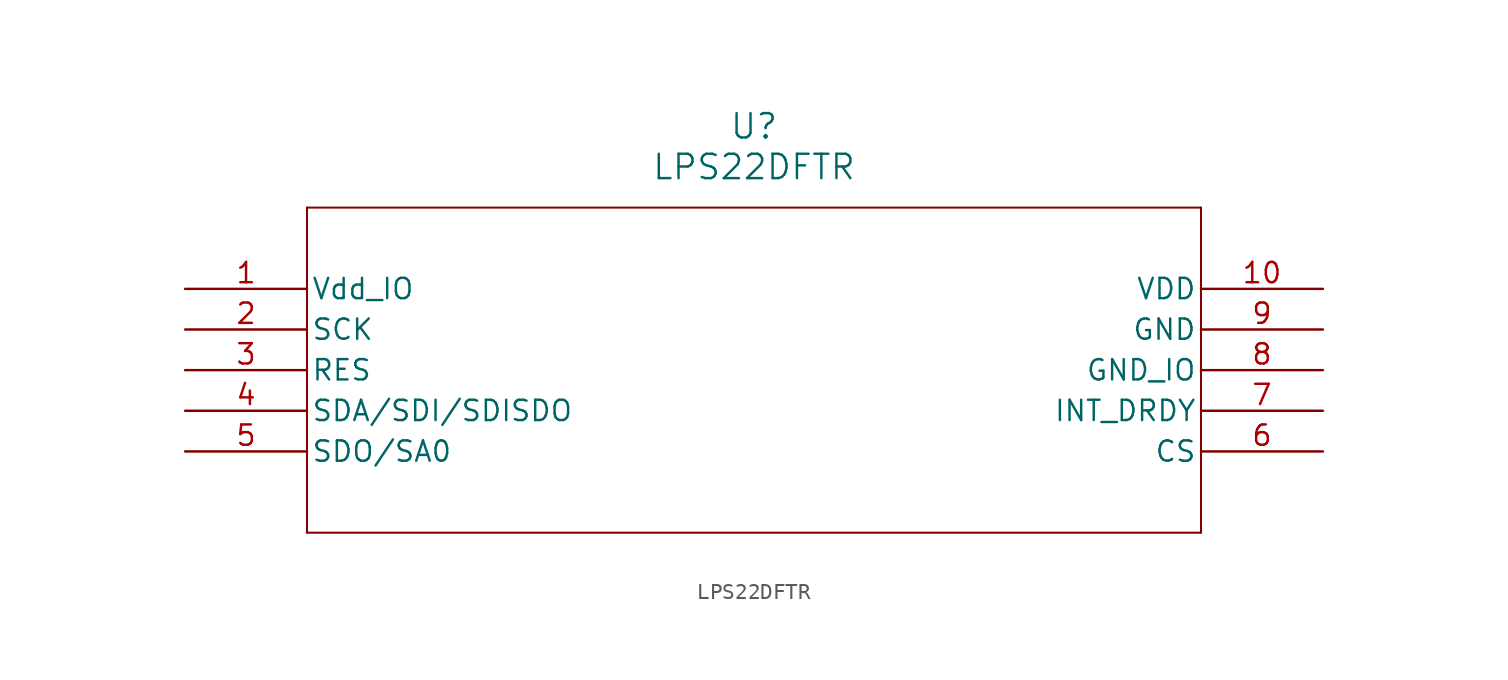
<source format=kicad_sym>
(kicad_symbol_lib
  (version 20231120)
  (generator "kicad_symbol_editor")
  (generator_version "8.0")
  (symbol "LPS22DFTR"
    (pin_names
      (offset 0.254))
    (property "Reference" "U"
      (at 35.56 10.16 0)
      (effects (font (size 1.524 1.524))))
    (property "Value" "LPS22DFTR"
      (at 35.56 7.62 0)
      (effects (font (size 1.524 1.524))))
    (property "ki_locked" ""
      (at 0 0 0)
      (effects (font (size 1.27 1.27))))
    (symbol "LPS22DFTR_0_1"
      (polyline (pts (xy 7.62 -15.24) (xy 63.5 -15.24)) (stroke (width 0.127) (type default)) (fill (type none)))
      (polyline (pts (xy 7.62 5.08) (xy 7.62 -15.24)) (stroke (width 0.127) (type default)) (fill (type none)))
      (polyline (pts (xy 63.5 -15.24) (xy 63.5 5.08)) (stroke (width 0.127) (type default)) (fill (type none)))
      (polyline (pts (xy 63.5 5.08) (xy 7.62 5.08)) (stroke (width 0.127) (type default)) (fill (type none)))
      (pin passive line (at 0 0 0) (length 7.62) (name "Vdd_IO" (effects (font (size 1.27 1.27)))) (number "1" (effects (font (size 1.27 1.27)))))
      (pin passive line (at 71.12 0 180) (length 7.62) (name "VDD" (effects (font (size 1.27 1.27)))) (number "10" (effects (font (size 1.27 1.27)))))
      (pin passive line (at 0 -5.08 0) (length 7.62) (name "RES" (effects (font (size 1.27 1.27)))) (number "3" (effects (font (size 1.27 1.27)))))
      (pin passive line (at 0 -7.62 0) (length 7.62) (name "SDA/SDI/SDISDO" (effects (font (size 1.27 1.27)))) (number "4" (effects (font (size 1.27 1.27)))))
      (pin passive line (at 0 -10.16 0) (length 7.62) (name "SDO/SA0" (effects (font (size 1.27 1.27)))) (number "5" (effects (font (size 1.27 1.27)))))
      (pin passive line (at 71.12 -10.16 180) (length 7.62) (name "CS" (effects (font (size 1.27 1.27)))) (number "6" (effects (font (size 1.27 1.27)))))
      (pin input line (at 71.12 -7.62 180) (length 7.62) (name "INT_DRDY" (effects (font (size 1.27 1.27)))) (number "7" (effects (font (size 1.27 1.27)))))
      (pin passive line (at 71.12 -5.08 180) (length 7.62) (name "GND_IO" (effects (font (size 1.27 1.27)))) (number "8" (effects (font (size 1.27 1.27)))))
      (pin passive line (at 71.12 -2.54 180) (length 7.62) (name "GND" (effects (font (size 1.27 1.27)))) (number "9" (effects (font (size 1.27 1.27))))))
    (symbol "LPS22DFTR_1_1"
      (pin passive line (at 0 -2.54 0) (length 7.62) (name "SCK" (effects (font (size 1.27 1.27)))) (number "2" (effects (font (size 1.27 1.27))))))))
</source>
